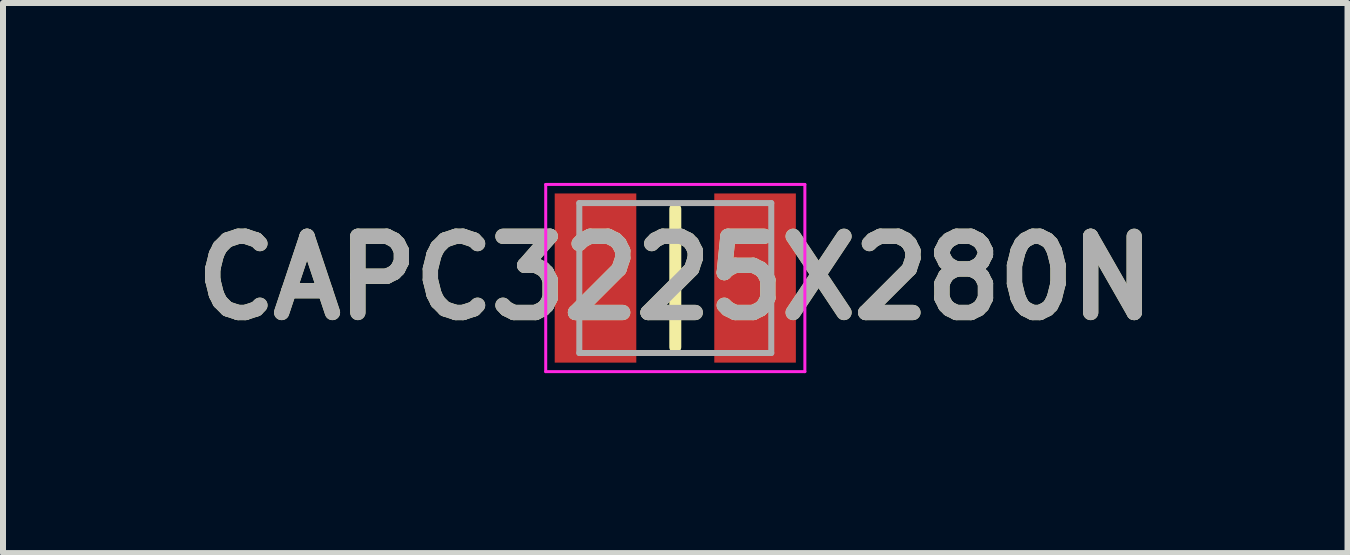
<source format=kicad_pcb>
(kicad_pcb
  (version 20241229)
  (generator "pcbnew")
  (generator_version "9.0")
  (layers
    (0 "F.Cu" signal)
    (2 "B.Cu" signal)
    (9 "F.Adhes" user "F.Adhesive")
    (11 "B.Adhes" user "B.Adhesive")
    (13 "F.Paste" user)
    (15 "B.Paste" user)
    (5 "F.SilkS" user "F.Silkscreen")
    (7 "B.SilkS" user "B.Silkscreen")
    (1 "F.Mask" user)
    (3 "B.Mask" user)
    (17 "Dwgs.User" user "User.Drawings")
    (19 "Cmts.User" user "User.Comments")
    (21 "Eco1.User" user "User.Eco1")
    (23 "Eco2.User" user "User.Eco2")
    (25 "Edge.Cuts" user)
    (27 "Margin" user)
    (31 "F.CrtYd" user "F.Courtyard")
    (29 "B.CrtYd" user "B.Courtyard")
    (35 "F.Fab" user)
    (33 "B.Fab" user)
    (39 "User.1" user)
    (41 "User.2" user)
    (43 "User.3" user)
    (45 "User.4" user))
  (footprint "CAPC3225X280N"
    (layer "F.Cu")
    (at 8.207 1.585)
    (property "Reference" "CAPC3225X280N" (at 0 0 0) (layer "F.SilkS") (effects (font (size 1.27 1.27) (thickness 0.254))))
    (attr smd)
    (fp_line (start 0 -1.15) (end 0 1.15) (stroke (width 0.2) (type solid)) (layer "F.SilkS"))
    (fp_line (start -2.16 -1.56) (end 2.16 -1.56) (stroke (width 0.05) (type solid)) (layer "F.CrtYd"))
    (fp_line (start -2.16 1.56) (end -2.16 -1.56) (stroke (width 0.05) (type solid)) (layer "F.CrtYd"))
    (fp_line (start 2.16 -1.56) (end 2.16 1.56) (stroke (width 0.05) (type solid)) (layer "F.CrtYd"))
    (fp_line (start 2.16 1.56) (end -2.16 1.56) (stroke (width 0.05) (type solid)) (layer "F.CrtYd"))
    (fp_line (start -1.6 -1.25) (end 1.6 -1.25) (stroke (width 0.1) (type solid)) (layer "F.Fab"))
    (fp_line (start -1.6 1.25) (end -1.6 -1.25) (stroke (width 0.1) (type solid)) (layer "F.Fab"))
    (fp_line (start 1.6 -1.25) (end 1.6 1.25) (stroke (width 0.1) (type solid)) (layer "F.Fab"))
    (fp_line (start 1.6 1.25) (end -1.6 1.25) (stroke (width 0.1) (type solid)) (layer "F.Fab"))
    (fp_text user "${REFERENCE}" (at 0 0 0) (layer "F.Fab") (effects (font (size 1.27 1.27) (thickness 0.254))))
    (pad "1" smd rect (at -1.33 0) (size 1.36 2.82) (layers "F.Cu" "F.Mask" "F.Paste"))
    (pad "2" smd rect (at 1.33 0) (size 1.36 2.82) (layers "F.Cu" "F.Mask" "F.Paste")))
  (gr_rect
    (start -3 -3)
    (end 19.413 6.17)
    (stroke (width 0.1) (type default))
    (fill no)
    (layer "Edge.Cuts")))
</source>
